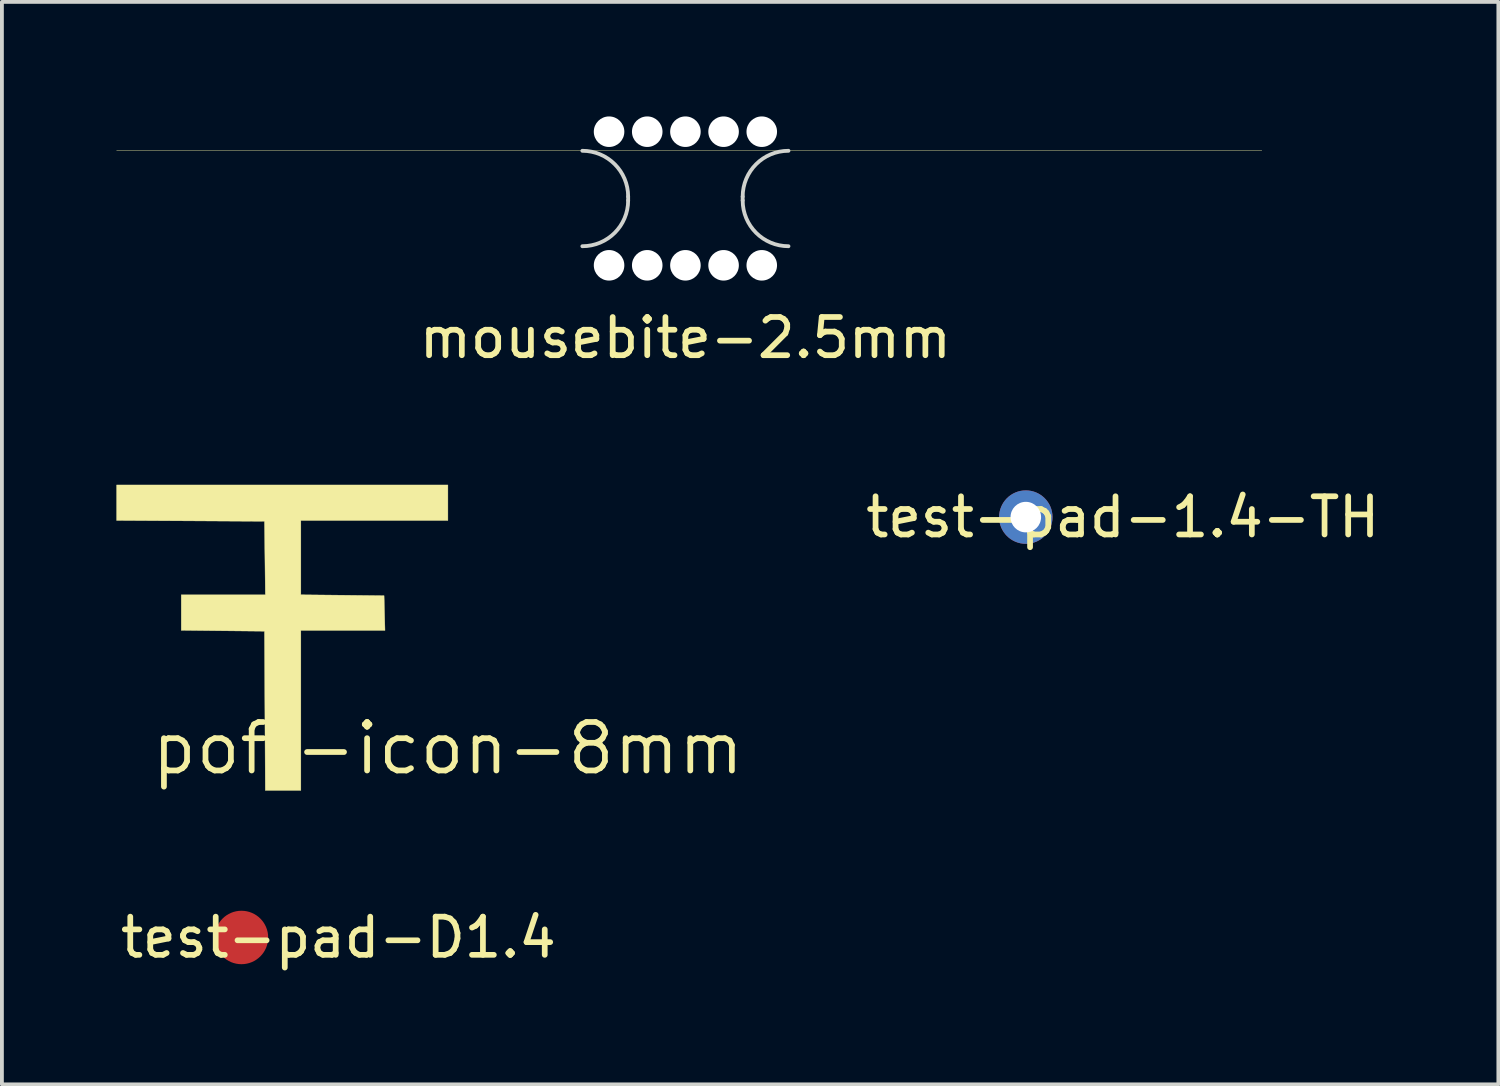
<source format=kicad_pcb>
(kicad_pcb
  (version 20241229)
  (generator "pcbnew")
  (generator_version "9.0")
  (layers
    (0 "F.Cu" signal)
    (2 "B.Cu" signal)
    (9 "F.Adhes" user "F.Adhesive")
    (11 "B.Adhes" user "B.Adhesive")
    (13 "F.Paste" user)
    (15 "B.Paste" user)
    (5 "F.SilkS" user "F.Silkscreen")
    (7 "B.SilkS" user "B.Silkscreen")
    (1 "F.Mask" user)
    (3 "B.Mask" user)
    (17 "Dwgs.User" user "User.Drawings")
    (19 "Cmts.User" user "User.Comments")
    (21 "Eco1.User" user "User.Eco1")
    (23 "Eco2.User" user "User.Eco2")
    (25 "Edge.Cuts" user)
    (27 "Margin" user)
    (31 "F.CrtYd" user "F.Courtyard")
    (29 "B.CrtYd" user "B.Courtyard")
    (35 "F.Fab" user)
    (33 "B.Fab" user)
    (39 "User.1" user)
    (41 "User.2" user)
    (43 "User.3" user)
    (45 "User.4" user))
  (footprint "mousebite-2.5mm"
    (layer "F.Cu")
    (at 14.905 3.4)
    (property "Reference" "mousebite-2.5mm" (at 0 2.4 0) (unlocked yes) (layer "F.SilkS") (effects (font (size 1 1) (thickness 0.15))))
    (fp_line (start -14.9 -2.5) (end 15.1 -2.5) (stroke (width 0.01) (type solid)) (layer "F.SilkS"))
    (fp_line (start -1.5 -1.2) (end -1.5 -1.3) (stroke (width 0.1) (type solid)) (layer "Edge.Cuts"))
    (fp_line (start 1.5 -1.3) (end 1.5 -1.2) (stroke (width 0.1) (type solid)) (layer "Edge.Cuts"))
    (fp_arc (start -2.7 -2.5) (mid -1.851473 -2.148529) (end -1.500002 -1.300002) (stroke (width 0.1) (type solid)) (layer "Edge.Cuts"))
    (fp_arc (start -1.499998 -1.199998) (mid -1.851471 -0.35147) (end -2.7 0) (stroke (width 0.1) (type solid)) (layer "Edge.Cuts"))
    (fp_arc (start 1.499998 -1.300002) (mid 1.851471 -2.14853) (end 2.7 -2.5) (stroke (width 0.1) (type solid)) (layer "Edge.Cuts"))
    (fp_arc (start 2.7 0) (mid 1.851473 -0.351471) (end 1.500002 -1.199998) (stroke (width 0.1) (type solid)) (layer "Edge.Cuts"))
    (pad "" np_thru_hole circle (at -2 -3) (size 0.8 0.8) (drill 0.8) (layers "*.Cu"))
    (pad "" np_thru_hole circle (at -2 0.5) (size 0.8 0.8) (drill 0.8) (layers "*.Cu"))
    (pad "" np_thru_hole circle (at -1 -3) (size 0.8 0.8) (drill 0.8) (layers "*.Cu"))
    (pad "" np_thru_hole circle (at -1 0.5) (size 0.8 0.8) (drill 0.8) (layers "*.Cu"))
    (pad "" np_thru_hole circle (at 0 -3) (size 0.8 0.8) (drill 0.8) (layers "*.Cu"))
    (pad "" np_thru_hole circle (at 0 0.5) (size 0.8 0.8) (drill 0.8) (layers "*.Cu"))
    (pad "" np_thru_hole circle (at 1 -3) (size 0.8 0.8) (drill 0.8) (layers "*.Cu"))
    (pad "" np_thru_hole circle (at 1 0.5) (size 0.8 0.8) (drill 0.8) (layers "*.Cu"))
    (pad "" np_thru_hole circle (at 2 -3) (size 0.8 0.8) (drill 0.8) (layers "*.Cu"))
    (pad "" np_thru_hole circle (at 2 0.5) (size 0.8 0.8) (drill 0.8) (layers "*.Cu")))
  (footprint "poft-icon-8mm"
    (layer "F.Cu")
    (at 8.683 16.554)
    (property "Reference" "poft-icon-8mm" (at 0 0 0) (layer "F.SilkS") (effects (font (size 1.27 1.27) (thickness 0.15))))
    (attr through_hole)
    (fp_poly (pts (xy 0 -5.969) (xy -3.852 -5.969) (xy -3.852 -4.023) (xy -2.762 -4.012) (xy -1.672 -4) (xy -1.66 -3.545) (xy -1.648 -3.09) (xy -3.852 -3.09) (xy -3.852 1.101) (xy -4.783 1.101) (xy -4.794 -0.984) (xy -4.805 -3.069) (xy -5.895 -3.08) (xy -6.985 -3.092) (xy -6.985 -4.022) (xy -4.782 -4.022) (xy -4.793 -4.985) (xy -4.805 -5.948) (xy -6.742 -5.959) (xy -8.678 -5.97) (xy -8.678 -6.9) (xy 0 -6.9) (xy 0 -5.969)) (stroke (width 0.01) (type solid)) (fill yes) (layer "F.SilkS")))
  (footprint "test-pad-D1.4"
    (layer "F.Cu")
    (at 3.275 21.508)
    (property "Reference" "test-pad-D1.4" (at 2.54 0 0) (layer "F.SilkS") (effects (font (size 1 1) (thickness 0.15))))
    (attr smd exclude_from_pos_files exclude_from_bom allow_missing_courtyard)
    (pad "1" smd circle (at 0 0) (size 1.4 1.4) (layers "F.Cu" "F.Mask" "F.Paste")))
  (footprint "test-pad-1.4-TH"
    (layer "F.Cu")
    (at 23.822 10.496)
    (property "Reference" "test-pad-1.4-TH" (at 2.54 0 0) (layer "F.SilkS") (effects (font (size 1 1) (thickness 0.15))))
    (attr through_hole)
    (pad "1" thru_hole circle (at 0 0) (size 1.4 1.4) (drill 0.8) (layers "*.Cu" "*.Mask")))
  (gr_rect
    (start -3 -3)
    (end 36.201 25.356)
    (stroke (width 0.1) (type default))
    (fill no)
    (layer "Edge.Cuts")))
</source>
